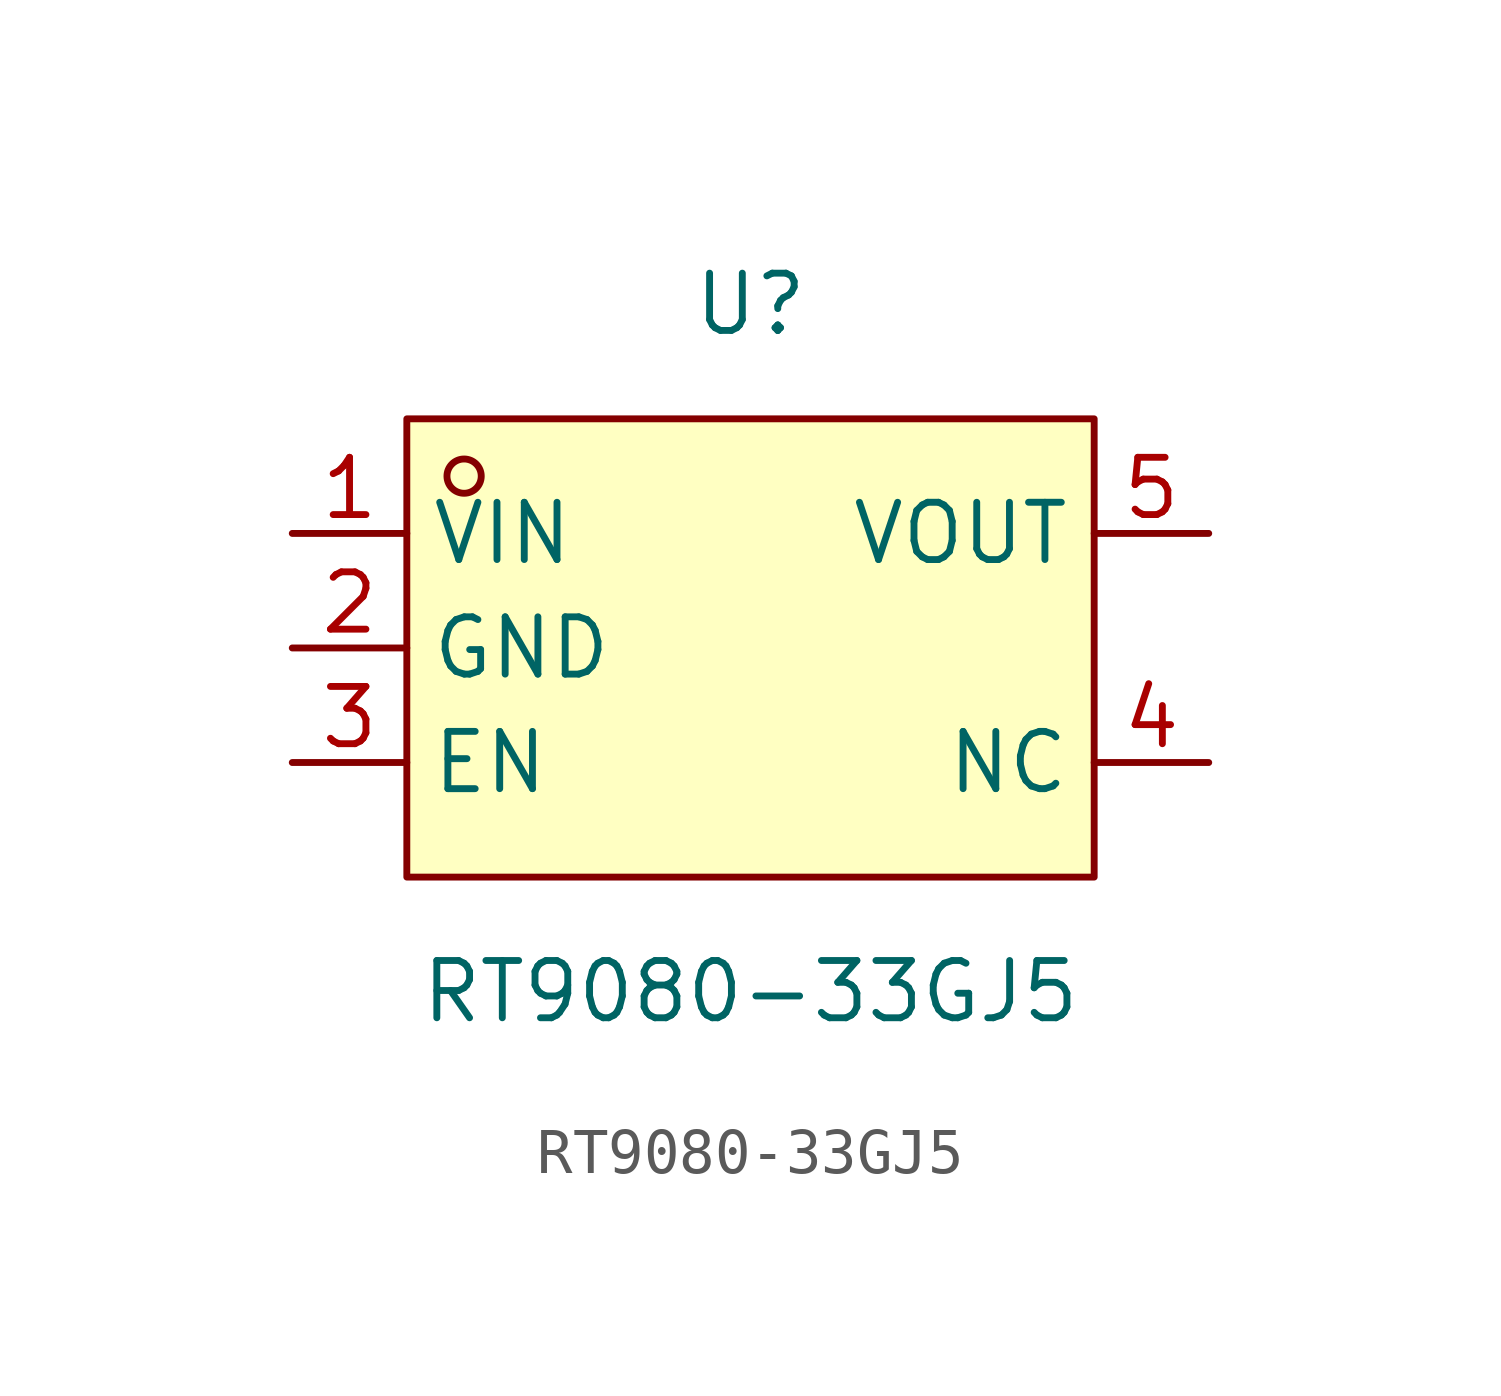
<source format=kicad_sym>
(kicad_symbol_lib
  (version 20211014)
  (generator https://github.com/uPesy/easyeda2kicad.py)
  (symbol "RT9080-33GJ5"
    (property "Reference" "U"
      (at 0 7.62 0)
      (effects (font (size 1.27 1.27))))
    (property "Value" "RT9080-33GJ5"
      (at 0 -7.62 0)
      (effects (font (size 1.27 1.27))))
    (symbol "RT9080-33GJ5_0_1"
      (rectangle (start -7.62 5.08) (end 7.62 -5.08) (stroke (width 0) (type default) (color 0 0 0 0)) (fill (type background)))
      (circle (center -6.35 3.81) (radius 0.38) (stroke (width 0) (type default) (color 0 0 0 0)) (fill (type none)))
      (pin unspecified line (at -10.16 2.54 0) (length 2.54) (name "VIN" (effects (font (size 1.27 1.27)))) (number "1" (effects (font (size 1.27 1.27)))))
      (pin unspecified line (at -10.16 -0.00 0) (length 2.54) (name "GND" (effects (font (size 1.27 1.27)))) (number "2" (effects (font (size 1.27 1.27)))))
      (pin unspecified line (at -10.16 -2.54 0) (length 2.54) (name "EN" (effects (font (size 1.27 1.27)))) (number "3" (effects (font (size 1.27 1.27)))))
      (pin unspecified line (at 10.16 -2.54 180) (length 2.54) (name "NC" (effects (font (size 1.27 1.27)))) (number "4" (effects (font (size 1.27 1.27)))))
      (pin unspecified line (at 10.16 2.54 180) (length 2.54) (name "VOUT" (effects (font (size 1.27 1.27)))) (number "5" (effects (font (size 1.27 1.27))))))))
</source>
